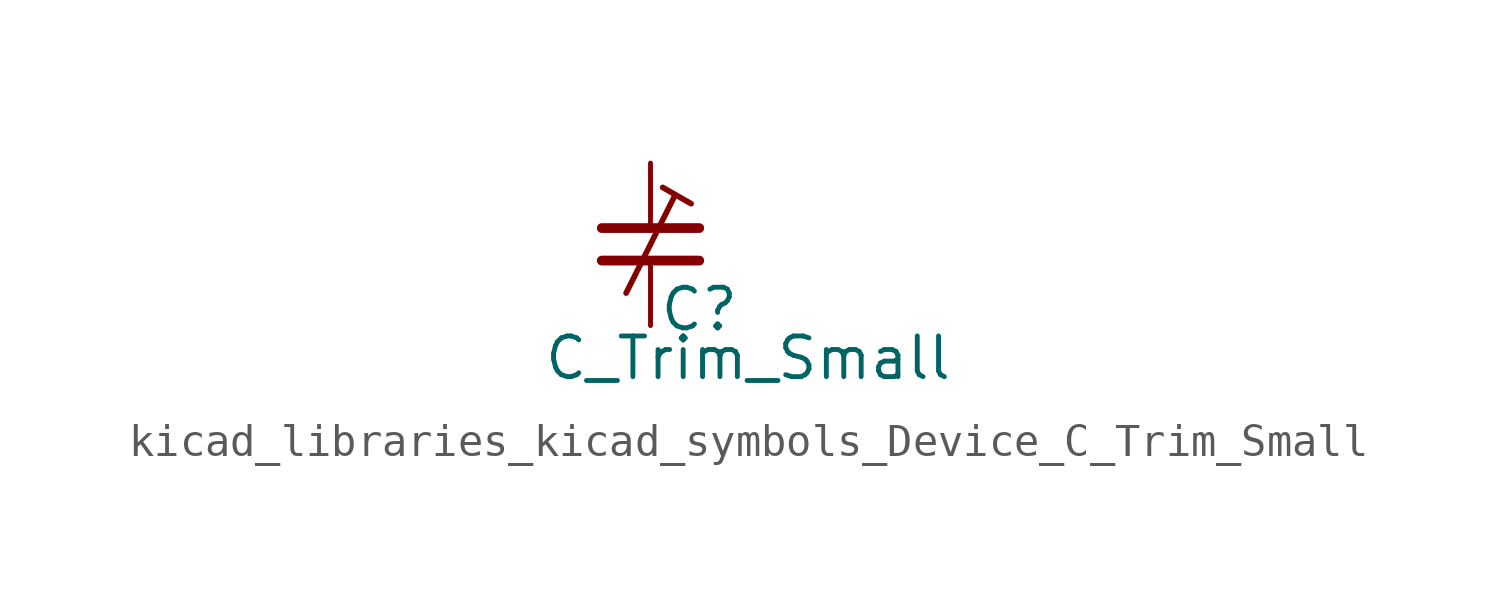
<source format=kicad_sym>
(kicad_symbol_lib
  (version 20220914)
  (generator kicad_symbol_editor)
  (symbol "kicad_libraries_kicad_symbols_Device_C_Trim_Small"
    (pin_numbers hide)
    (pin_names
      (offset 0.254) hide)
    (property "Reference" "C"
      (at 1.524 -2.032 0)
      (effects (font (size 1.27 1.27))))
    (property "Value" "C_Trim_Small"
      (at 3.048 -3.556 0)
      (effects (font (size 1.27 1.27))))
    (symbol "kicad_libraries_kicad_symbols_Device_C_Trim_Small_0_1"
      (polyline (pts (xy -1.524 -0.508) (xy 1.524 -0.508)) (stroke (width 0.305) (type default)) (fill (type none)))
      (polyline (pts (xy -1.524 0.508) (xy 1.524 0.508)) (stroke (width 0.305) (type default)) (fill (type none)))
      (polyline (pts (xy 0.762 1.524) (xy -0.762 -1.524)) (stroke (width 0.178) (type default)) (fill (type none)))
      (polyline (pts (xy 1.27 1.27) (xy 0.381 1.778)) (stroke (width 0.178) (type default)) (fill (type none))))
    (symbol "kicad_libraries_kicad_symbols_Device_C_Trim_Small_1_1"
      (pin passive line (at 0 2.54 270) (length 2.032) (name "~" (effects (font (size 1.27 1.27)))) (number "1" (effects (font (size 1.27 1.27)))))
      (pin passive line (at 0 -2.54 90) (length 2.032) (name "~" (effects (font (size 1.27 1.27)))) (number "2" (effects (font (size 1.27 1.27))))))))
</source>
